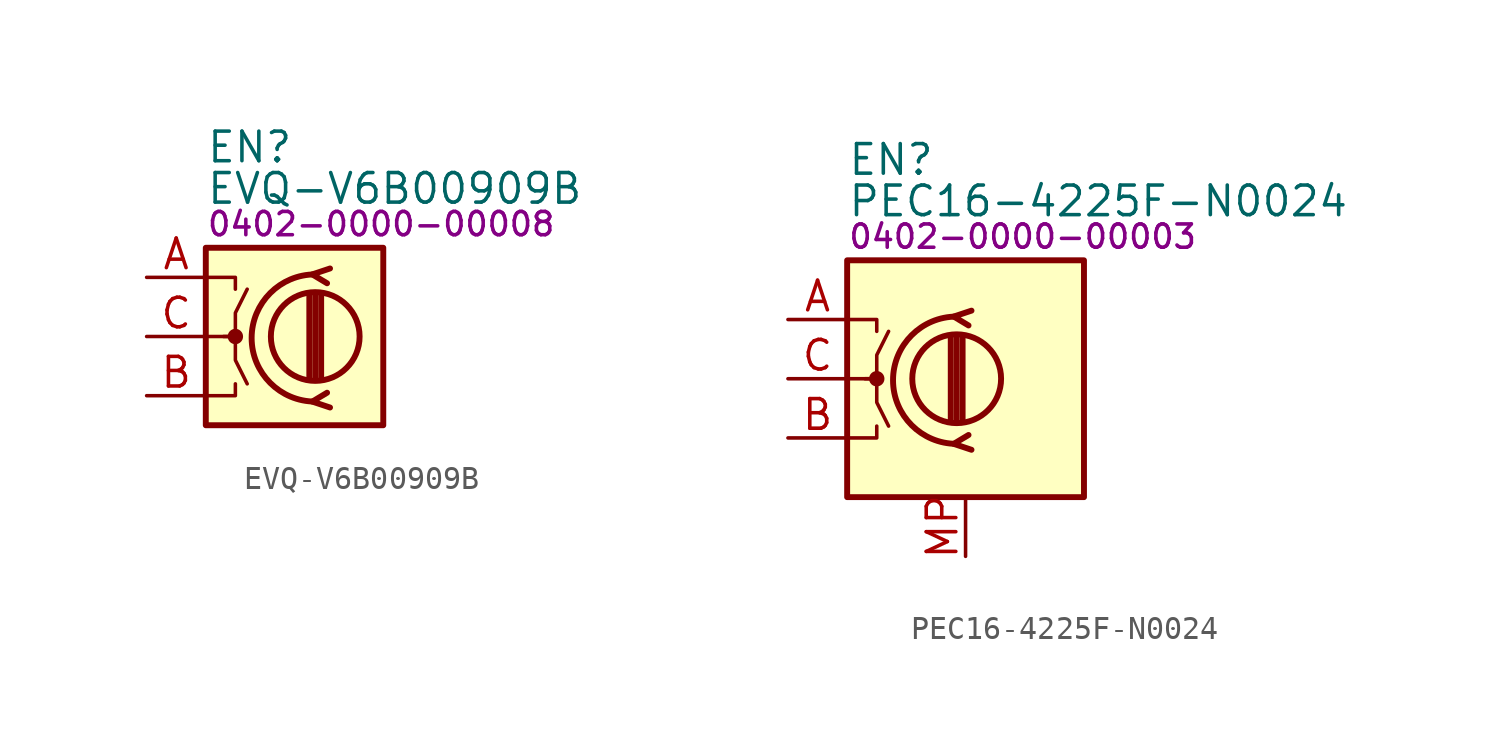
<source format=kicad_sym>
(kicad_symbol_lib
  (version 20231120)
  (generator "kicad_symbol_editor")
  (generator_version "8.0")
  (symbol "EVQ-V6B00909B"
    (pin_names hide)
    (property "Reference" "EN"
      (at 0 3.048 0)
      (effects (font (size 1.27 1.27)) (justify left)))
    (property "Value" "EVQ-V6B00909B"
      (at 0 1.27 0)
      (effects (font (size 1.27 1.27)) (justify left)))
    (property "PartNumber" "0402-0000-00008"
      (at 0 -0.254 0)
      (effects (font (size 1 1)) (justify left)))
    (symbol "EVQ-V6B00909B_0_1"
      (rectangle (start 0 -1.27) (end 7.62 -8.89) (stroke (width 0.254) (type default)) (fill (type background)))
      (polyline (pts (xy 4.445 -6.858) (xy 4.445 -3.302)) (stroke (width 0.254) (type default)) (fill (type none)))
      (polyline (pts (xy 4.699 -6.858) (xy 4.699 -3.302)) (stroke (width 0.254) (type default)) (fill (type none)))
      (polyline (pts (xy 4.953 -3.302) (xy 4.953 -6.858)) (stroke (width 0.254) (type default)) (fill (type none)))
      (polyline (pts (xy 0 -7.62) (xy 1.27 -7.62) (xy 1.27 -7.112)) (stroke (width 0) (type default)) (fill (type none)))
      (polyline (pts (xy 0 -2.54) (xy 1.27 -2.54) (xy 1.27 -3.048)) (stroke (width 0) (type default)) (fill (type none)))
      (polyline (pts (xy 5.334 -8.128) (xy 4.572 -7.874) (xy 5.207 -7.493)) (stroke (width 0.254) (type default)) (fill (type none)))
      (polyline (pts (xy 5.334 -2.159) (xy 4.572 -2.413) (xy 5.207 -2.794)) (stroke (width 0.254) (type default)) (fill (type none)))
      (polyline (pts (xy 0 -5.08) (xy 1.27 -5.08) (xy 1.27 -6.096) (xy 1.778 -7.112)) (stroke (width 0) (type default)) (fill (type none)))
      (polyline (pts (xy 0.762 -5.08) (xy 1.27 -5.08) (xy 1.27 -4.064) (xy 1.778 -3.048)) (stroke (width 0) (type default)) (fill (type none)))
      (circle (center 1.27 -5.08) (radius 0.254) (stroke (width 0) (type default)) (fill (type outline)))
      (circle (center 4.699 -5.08) (radius 1.905) (stroke (width 0.254) (type default)) (fill (type none)))
      (arc (start 4.699 -2.413) (mid 1.9812 -5.1435) (end 4.699 -7.874) (stroke (width 0.254) (type default)) (fill (type none))))
    (symbol "EVQ-V6B00909B_1_1"
      (pin passive line (at -2.54 -2.54 0) (length 2.54) (name "A" (effects (font (size 0 0)))) (number "A" (effects (font (size 1.27 1.27)))))
      (pin passive line (at -2.54 -7.62 0) (length 2.54) (name "B" (effects (font (size 0 0)))) (number "B" (effects (font (size 1.27 1.27)))))
      (pin passive line (at -2.54 -5.08 0) (length 2.54) (name "C" (effects (font (size 0 0)))) (number "C" (effects (font (size 1.27 1.27)))))))
  (symbol "PEC16-4225F-N0024"
    (property "Reference" "EN"
      (at 0 4.318 0)
      (effects (font (size 1.27 1.27)) (justify left)))
    (property "Value" "PEC16-4225F-N0024"
      (at 0 2.54 0)
      (effects (font (size 1.27 1.27)) (justify left)))
    (property "PartNumber" "0402-0000-00003"
      (at 0 1.016 0)
      (effects (font (size 1 1)) (justify left)))
    (symbol "PEC16-4225F-N0024_0_1"
      (polyline (pts (xy 4.445 -6.858) (xy 4.445 -3.302)) (stroke (width 0.254) (type default)) (fill (type none)))
      (polyline (pts (xy 4.699 -6.858) (xy 4.699 -3.302)) (stroke (width 0.254) (type default)) (fill (type none)))
      (polyline (pts (xy 4.953 -3.302) (xy 4.953 -6.858)) (stroke (width 0.254) (type default)) (fill (type none)))
      (polyline (pts (xy 0 -7.62) (xy 1.27 -7.62) (xy 1.27 -7.112)) (stroke (width 0) (type default)) (fill (type none)))
      (polyline (pts (xy 0 -2.54) (xy 1.27 -2.54) (xy 1.27 -3.048)) (stroke (width 0) (type default)) (fill (type none)))
      (polyline (pts (xy 5.334 -8.128) (xy 4.572 -7.874) (xy 5.207 -7.493)) (stroke (width 0.254) (type default)) (fill (type none)))
      (polyline (pts (xy 5.334 -2.159) (xy 4.572 -2.413) (xy 5.207 -2.794)) (stroke (width 0.254) (type default)) (fill (type none)))
      (polyline (pts (xy 0 -5.08) (xy 1.27 -5.08) (xy 1.27 -6.096) (xy 1.778 -7.112)) (stroke (width 0) (type default)) (fill (type none)))
      (polyline (pts (xy 0.762 -5.08) (xy 1.27 -5.08) (xy 1.27 -4.064) (xy 1.778 -3.048)) (stroke (width 0) (type default)) (fill (type none)))
      (rectangle (start 0 0) (end 10.16 -10.16) (stroke (width 0.254) (type default)) (fill (type background)))
      (circle (center 1.27 -5.08) (radius 0.254) (stroke (width 0) (type default)) (fill (type outline)))
      (circle (center 4.699 -5.08) (radius 1.905) (stroke (width 0.254) (type default)) (fill (type none)))
      (arc (start 4.699 -2.413) (mid 1.9812 -5.1435) (end 4.699 -7.874) (stroke (width 0.254) (type default)) (fill (type none))))
    (symbol "PEC16-4225F-N0024_1_1"
      (pin passive line (at -2.54 -2.54 0) (length 2.54) (name "A" (effects (font (size 0 0)))) (number "A" (effects (font (size 1.27 1.27)))))
      (pin passive line (at -2.54 -7.62 0) (length 2.54) (name "B" (effects (font (size 0 0)))) (number "B" (effects (font (size 1.27 1.27)))))
      (pin passive line (at -2.54 -5.08 0) (length 2.54) (name "C" (effects (font (size 0 0)))) (number "C" (effects (font (size 1.27 1.27)))))
      (pin passive line (at 5.08 -12.7 90) (length 2.54) (name "MP" (effects (font (size 0 0)))) (number "MP" (effects (font (size 1.27 1.27))))))))
</source>
